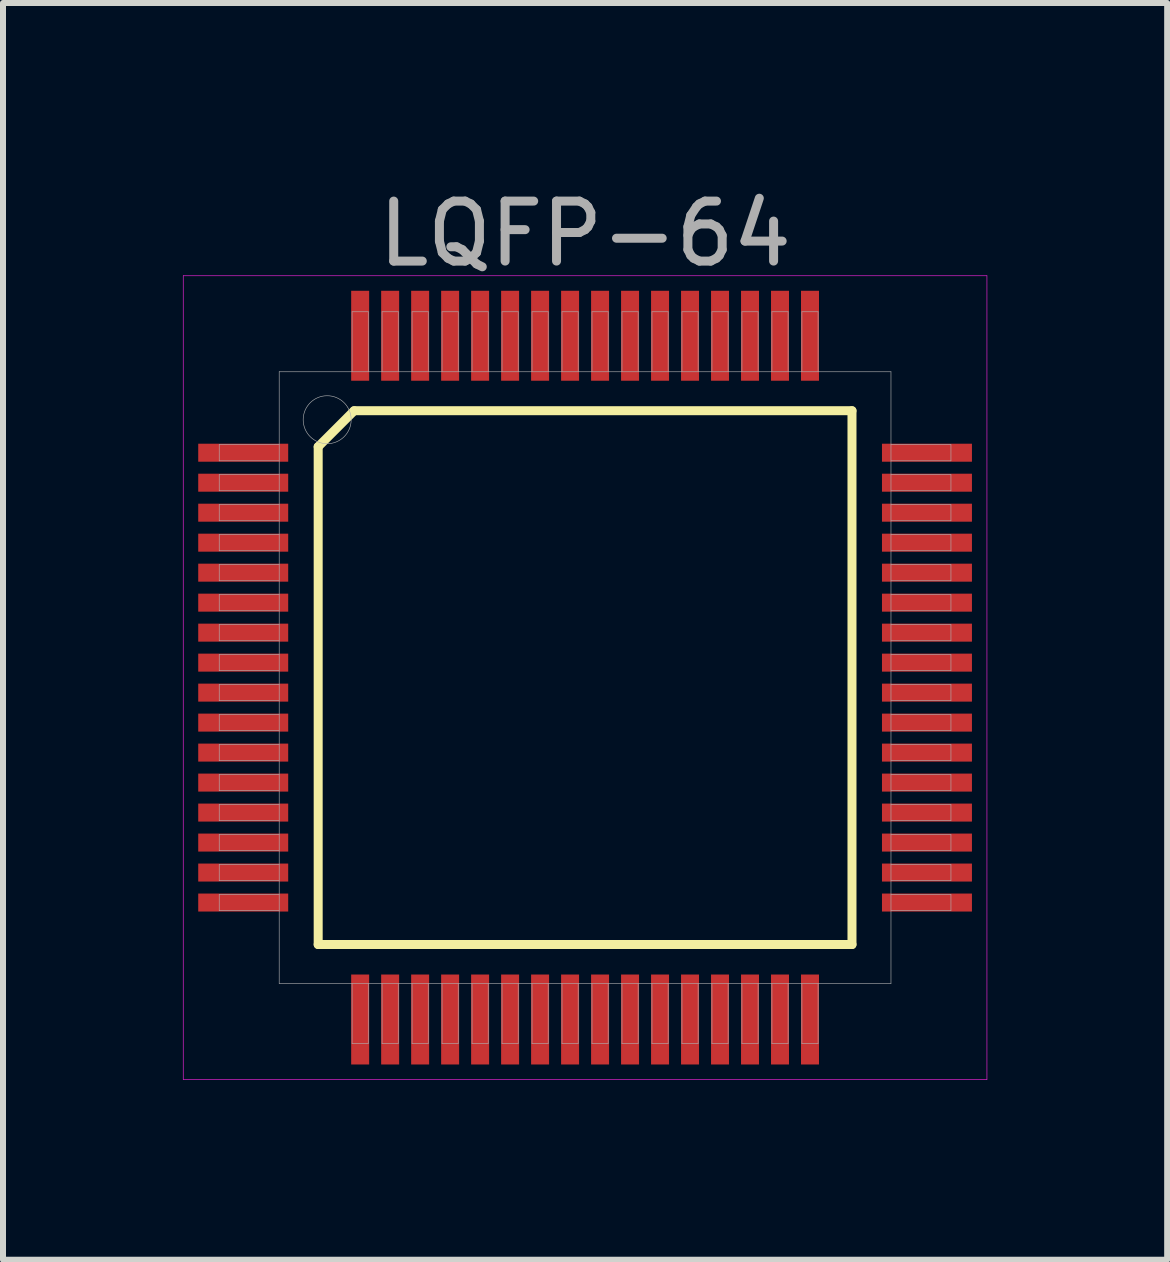
<source format=kicad_pcb>
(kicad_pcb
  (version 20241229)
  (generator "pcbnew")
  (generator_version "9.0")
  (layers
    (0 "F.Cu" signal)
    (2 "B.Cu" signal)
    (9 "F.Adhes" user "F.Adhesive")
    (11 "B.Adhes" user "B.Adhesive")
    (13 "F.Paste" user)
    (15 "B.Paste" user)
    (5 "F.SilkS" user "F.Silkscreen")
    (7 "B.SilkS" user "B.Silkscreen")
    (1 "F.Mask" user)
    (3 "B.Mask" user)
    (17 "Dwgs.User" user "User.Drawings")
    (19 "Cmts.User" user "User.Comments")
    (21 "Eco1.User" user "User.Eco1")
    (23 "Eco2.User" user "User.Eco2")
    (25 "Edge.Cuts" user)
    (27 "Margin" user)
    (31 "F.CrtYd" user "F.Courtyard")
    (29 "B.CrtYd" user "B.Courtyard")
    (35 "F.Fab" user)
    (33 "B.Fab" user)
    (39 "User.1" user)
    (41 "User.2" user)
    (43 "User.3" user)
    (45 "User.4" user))
  (footprint "LQFP-64"
    (layer "F.Cu")
    (at 6.705 8.248)
    (property "Reference" "LQFP-64" (at 0 -7.4 0) (layer "F.Fab") (effects (font (size 1 1) (thickness 0.15))))
    (attr through_hole)
    (fp_line (start -4.45 -3.85) (end -3.85 -4.45) (stroke (width 0.15) (type solid)) (layer "F.SilkS"))
    (fp_line (start -4.45 4.45) (end -4.45 -3.85) (stroke (width 0.15) (type solid)) (layer "F.SilkS"))
    (fp_line (start -3.85 -4.45) (end 4.45 -4.45) (stroke (width 0.15) (type solid)) (layer "F.SilkS"))
    (fp_line (start 4.45 -4.45) (end 4.45 4.45) (stroke (width 0.15) (type solid)) (layer "F.SilkS"))
    (fp_line (start 4.45 4.45) (end -4.45 4.45) (stroke (width 0.15) (type solid)) (layer "F.SilkS"))
    (fp_line (start -6.7 -6.7) (end 6.7 -6.7) (stroke (width 0.01) (type solid)) (layer "F.CrtYd"))
    (fp_line (start -6.7 6.7) (end -6.7 -6.7) (stroke (width 0.01) (type solid)) (layer "F.CrtYd"))
    (fp_line (start 6.7 -6.7) (end 6.7 6.7) (stroke (width 0.01) (type solid)) (layer "F.CrtYd"))
    (fp_line (start 6.7 6.7) (end -6.7 6.7) (stroke (width 0.01) (type solid)) (layer "F.CrtYd"))
    (fp_line (start -6.1 -3.885) (end -5.1 -3.885) (stroke (width 0.01) (type solid)) (layer "F.Fab"))
    (fp_line (start -6.1 -3.615) (end -6.1 -3.885) (stroke (width 0.01) (type solid)) (layer "F.Fab"))
    (fp_line (start -6.1 -3.385) (end -5.1 -3.385) (stroke (width 0.01) (type solid)) (layer "F.Fab"))
    (fp_line (start -6.1 -3.115) (end -6.1 -3.385) (stroke (width 0.01) (type solid)) (layer "F.Fab"))
    (fp_line (start -6.1 -2.885) (end -5.1 -2.885) (stroke (width 0.01) (type solid)) (layer "F.Fab"))
    (fp_line (start -6.1 -2.615) (end -6.1 -2.885) (stroke (width 0.01) (type solid)) (layer "F.Fab"))
    (fp_line (start -6.1 -2.385) (end -5.1 -2.385) (stroke (width 0.01) (type solid)) (layer "F.Fab"))
    (fp_line (start -6.1 -2.115) (end -6.1 -2.385) (stroke (width 0.01) (type solid)) (layer "F.Fab"))
    (fp_line (start -6.1 -1.885) (end -5.1 -1.885) (stroke (width 0.01) (type solid)) (layer "F.Fab"))
    (fp_line (start -6.1 -1.615) (end -6.1 -1.885) (stroke (width 0.01) (type solid)) (layer "F.Fab"))
    (fp_line (start -6.1 -1.385) (end -5.1 -1.385) (stroke (width 0.01) (type solid)) (layer "F.Fab"))
    (fp_line (start -6.1 -1.115) (end -6.1 -1.385) (stroke (width 0.01) (type solid)) (layer "F.Fab"))
    (fp_line (start -6.1 -0.885) (end -5.1 -0.885) (stroke (width 0.01) (type solid)) (layer "F.Fab"))
    (fp_line (start -6.1 -0.615) (end -6.1 -0.885) (stroke (width 0.01) (type solid)) (layer "F.Fab"))
    (fp_line (start -6.1 -0.385) (end -5.1 -0.385) (stroke (width 0.01) (type solid)) (layer "F.Fab"))
    (fp_line (start -6.1 -0.115) (end -6.1 -0.385) (stroke (width 0.01) (type solid)) (layer "F.Fab"))
    (fp_line (start -6.1 0.115) (end -5.1 0.115) (stroke (width 0.01) (type solid)) (layer "F.Fab"))
    (fp_line (start -6.1 0.385) (end -6.1 0.115) (stroke (width 0.01) (type solid)) (layer "F.Fab"))
    (fp_line (start -6.1 0.615) (end -5.1 0.615) (stroke (width 0.01) (type solid)) (layer "F.Fab"))
    (fp_line (start -6.1 0.885) (end -6.1 0.615) (stroke (width 0.01) (type solid)) (layer "F.Fab"))
    (fp_line (start -6.1 1.115) (end -5.1 1.115) (stroke (width 0.01) (type solid)) (layer "F.Fab"))
    (fp_line (start -6.1 1.385) (end -6.1 1.115) (stroke (width 0.01) (type solid)) (layer "F.Fab"))
    (fp_line (start -6.1 1.615) (end -5.1 1.615) (stroke (width 0.01) (type solid)) (layer "F.Fab"))
    (fp_line (start -6.1 1.885) (end -6.1 1.615) (stroke (width 0.01) (type solid)) (layer "F.Fab"))
    (fp_line (start -6.1 2.115) (end -5.1 2.115) (stroke (width 0.01) (type solid)) (layer "F.Fab"))
    (fp_line (start -6.1 2.385) (end -6.1 2.115) (stroke (width 0.01) (type solid)) (layer "F.Fab"))
    (fp_line (start -6.1 2.615) (end -5.1 2.615) (stroke (width 0.01) (type solid)) (layer "F.Fab"))
    (fp_line (start -6.1 2.885) (end -6.1 2.615) (stroke (width 0.01) (type solid)) (layer "F.Fab"))
    (fp_line (start -6.1 3.115) (end -5.1 3.115) (stroke (width 0.01) (type solid)) (layer "F.Fab"))
    (fp_line (start -6.1 3.385) (end -6.1 3.115) (stroke (width 0.01) (type solid)) (layer "F.Fab"))
    (fp_line (start -6.1 3.615) (end -5.1 3.615) (stroke (width 0.01) (type solid)) (layer "F.Fab"))
    (fp_line (start -6.1 3.885) (end -6.1 3.615) (stroke (width 0.01) (type solid)) (layer "F.Fab"))
    (fp_line (start -5.1 -5.1) (end 5.1 -5.1) (stroke (width 0.01) (type solid)) (layer "F.Fab"))
    (fp_line (start -5.1 -3.615) (end -6.1 -3.615) (stroke (width 0.01) (type solid)) (layer "F.Fab"))
    (fp_line (start -5.1 -3.115) (end -6.1 -3.115) (stroke (width 0.01) (type solid)) (layer "F.Fab"))
    (fp_line (start -5.1 -2.615) (end -6.1 -2.615) (stroke (width 0.01) (type solid)) (layer "F.Fab"))
    (fp_line (start -5.1 -2.115) (end -6.1 -2.115) (stroke (width 0.01) (type solid)) (layer "F.Fab"))
    (fp_line (start -5.1 -1.615) (end -6.1 -1.615) (stroke (width 0.01) (type solid)) (layer "F.Fab"))
    (fp_line (start -5.1 -1.115) (end -6.1 -1.115) (stroke (width 0.01) (type solid)) (layer "F.Fab"))
    (fp_line (start -5.1 -0.615) (end -6.1 -0.615) (stroke (width 0.01) (type solid)) (layer "F.Fab"))
    (fp_line (start -5.1 -0.115) (end -6.1 -0.115) (stroke (width 0.01) (type solid)) (layer "F.Fab"))
    (fp_line (start -5.1 0.385) (end -6.1 0.385) (stroke (width 0.01) (type solid)) (layer "F.Fab"))
    (fp_line (start -5.1 0.885) (end -6.1 0.885) (stroke (width 0.01) (type solid)) (layer "F.Fab"))
    (fp_line (start -5.1 1.385) (end -6.1 1.385) (stroke (width 0.01) (type solid)) (layer "F.Fab"))
    (fp_line (start -5.1 1.885) (end -6.1 1.885) (stroke (width 0.01) (type solid)) (layer "F.Fab"))
    (fp_line (start -5.1 2.385) (end -6.1 2.385) (stroke (width 0.01) (type solid)) (layer "F.Fab"))
    (fp_line (start -5.1 2.885) (end -6.1 2.885) (stroke (width 0.01) (type solid)) (layer "F.Fab"))
    (fp_line (start -5.1 3.385) (end -6.1 3.385) (stroke (width 0.01) (type solid)) (layer "F.Fab"))
    (fp_line (start -5.1 3.885) (end -6.1 3.885) (stroke (width 0.01) (type solid)) (layer "F.Fab"))
    (fp_line (start -5.1 5.1) (end -5.1 -5.1) (stroke (width 0.01) (type solid)) (layer "F.Fab"))
    (fp_line (start -3.885 -6.1) (end -3.615 -6.1) (stroke (width 0.01) (type solid)) (layer "F.Fab"))
    (fp_line (start -3.885 -5.1) (end -3.885 -6.1) (stroke (width 0.01) (type solid)) (layer "F.Fab"))
    (fp_line (start -3.885 6.1) (end -3.885 5.1) (stroke (width 0.01) (type solid)) (layer "F.Fab"))
    (fp_line (start -3.615 -6.1) (end -3.615 -5.1) (stroke (width 0.01) (type solid)) (layer "F.Fab"))
    (fp_line (start -3.615 5.1) (end -3.615 6.1) (stroke (width 0.01) (type solid)) (layer "F.Fab"))
    (fp_line (start -3.615 6.1) (end -3.885 6.1) (stroke (width 0.01) (type solid)) (layer "F.Fab"))
    (fp_line (start -3.385 -6.1) (end -3.115 -6.1) (stroke (width 0.01) (type solid)) (layer "F.Fab"))
    (fp_line (start -3.385 -5.1) (end -3.385 -6.1) (stroke (width 0.01) (type solid)) (layer "F.Fab"))
    (fp_line (start -3.385 6.1) (end -3.385 5.1) (stroke (width 0.01) (type solid)) (layer "F.Fab"))
    (fp_line (start -3.115 -6.1) (end -3.115 -5.1) (stroke (width 0.01) (type solid)) (layer "F.Fab"))
    (fp_line (start -3.115 5.1) (end -3.115 6.1) (stroke (width 0.01) (type solid)) (layer "F.Fab"))
    (fp_line (start -3.115 6.1) (end -3.385 6.1) (stroke (width 0.01) (type solid)) (layer "F.Fab"))
    (fp_line (start -2.885 -6.1) (end -2.615 -6.1) (stroke (width 0.01) (type solid)) (layer "F.Fab"))
    (fp_line (start -2.885 -5.1) (end -2.885 -6.1) (stroke (width 0.01) (type solid)) (layer "F.Fab"))
    (fp_line (start -2.885 6.1) (end -2.885 5.1) (stroke (width 0.01) (type solid)) (layer "F.Fab"))
    (fp_line (start -2.615 -6.1) (end -2.615 -5.1) (stroke (width 0.01) (type solid)) (layer "F.Fab"))
    (fp_line (start -2.615 5.1) (end -2.615 6.1) (stroke (width 0.01) (type solid)) (layer "F.Fab"))
    (fp_line (start -2.615 6.1) (end -2.885 6.1) (stroke (width 0.01) (type solid)) (layer "F.Fab"))
    (fp_line (start -2.385 -6.1) (end -2.115 -6.1) (stroke (width 0.01) (type solid)) (layer "F.Fab"))
    (fp_line (start -2.385 -5.1) (end -2.385 -6.1) (stroke (width 0.01) (type solid)) (layer "F.Fab"))
    (fp_line (start -2.385 6.1) (end -2.385 5.1) (stroke (width 0.01) (type solid)) (layer "F.Fab"))
    (fp_line (start -2.115 -6.1) (end -2.115 -5.1) (stroke (width 0.01) (type solid)) (layer "F.Fab"))
    (fp_line (start -2.115 5.1) (end -2.115 6.1) (stroke (width 0.01) (type solid)) (layer "F.Fab"))
    (fp_line (start -2.115 6.1) (end -2.385 6.1) (stroke (width 0.01) (type solid)) (layer "F.Fab"))
    (fp_line (start -1.885 -6.1) (end -1.615 -6.1) (stroke (width 0.01) (type solid)) (layer "F.Fab"))
    (fp_line (start -1.885 -5.1) (end -1.885 -6.1) (stroke (width 0.01) (type solid)) (layer "F.Fab"))
    (fp_line (start -1.885 6.1) (end -1.885 5.1) (stroke (width 0.01) (type solid)) (layer "F.Fab"))
    (fp_line (start -1.615 -6.1) (end -1.615 -5.1) (stroke (width 0.01) (type solid)) (layer "F.Fab"))
    (fp_line (start -1.615 5.1) (end -1.615 6.1) (stroke (width 0.01) (type solid)) (layer "F.Fab"))
    (fp_line (start -1.615 6.1) (end -1.885 6.1) (stroke (width 0.01) (type solid)) (layer "F.Fab"))
    (fp_line (start -1.385 -6.1) (end -1.115 -6.1) (stroke (width 0.01) (type solid)) (layer "F.Fab"))
    (fp_line (start -1.385 -5.1) (end -1.385 -6.1) (stroke (width 0.01) (type solid)) (layer "F.Fab"))
    (fp_line (start -1.385 6.1) (end -1.385 5.1) (stroke (width 0.01) (type solid)) (layer "F.Fab"))
    (fp_line (start -1.115 -6.1) (end -1.115 -5.1) (stroke (width 0.01) (type solid)) (layer "F.Fab"))
    (fp_line (start -1.115 5.1) (end -1.115 6.1) (stroke (width 0.01) (type solid)) (layer "F.Fab"))
    (fp_line (start -1.115 6.1) (end -1.385 6.1) (stroke (width 0.01) (type solid)) (layer "F.Fab"))
    (fp_line (start -0.885 -6.1) (end -0.615 -6.1) (stroke (width 0.01) (type solid)) (layer "F.Fab"))
    (fp_line (start -0.885 -5.1) (end -0.885 -6.1) (stroke (width 0.01) (type solid)) (layer "F.Fab"))
    (fp_line (start -0.885 6.1) (end -0.885 5.1) (stroke (width 0.01) (type solid)) (layer "F.Fab"))
    (fp_line (start -0.615 -6.1) (end -0.615 -5.1) (stroke (width 0.01) (type solid)) (layer "F.Fab"))
    (fp_line (start -0.615 5.1) (end -0.615 6.1) (stroke (width 0.01) (type solid)) (layer "F.Fab"))
    (fp_line (start -0.615 6.1) (end -0.885 6.1) (stroke (width 0.01) (type solid)) (layer "F.Fab"))
    (fp_line (start -0.385 -6.1) (end -0.115 -6.1) (stroke (width 0.01) (type solid)) (layer "F.Fab"))
    (fp_line (start -0.385 -5.1) (end -0.385 -6.1) (stroke (width 0.01) (type solid)) (layer "F.Fab"))
    (fp_line (start -0.385 6.1) (end -0.385 5.1) (stroke (width 0.01) (type solid)) (layer "F.Fab"))
    (fp_line (start -0.115 -6.1) (end -0.115 -5.1) (stroke (width 0.01) (type solid)) (layer "F.Fab"))
    (fp_line (start -0.115 5.1) (end -0.115 6.1) (stroke (width 0.01) (type solid)) (layer "F.Fab"))
    (fp_line (start -0.115 6.1) (end -0.385 6.1) (stroke (width 0.01) (type solid)) (layer "F.Fab"))
    (fp_line (start 0.115 -6.1) (end 0.385 -6.1) (stroke (width 0.01) (type solid)) (layer "F.Fab"))
    (fp_line (start 0.115 -5.1) (end 0.115 -6.1) (stroke (width 0.01) (type solid)) (layer "F.Fab"))
    (fp_line (start 0.115 6.1) (end 0.115 5.1) (stroke (width 0.01) (type solid)) (layer "F.Fab"))
    (fp_line (start 0.385 -6.1) (end 0.385 -5.1) (stroke (width 0.01) (type solid)) (layer "F.Fab"))
    (fp_line (start 0.385 5.1) (end 0.385 6.1) (stroke (width 0.01) (type solid)) (layer "F.Fab"))
    (fp_line (start 0.385 6.1) (end 0.115 6.1) (stroke (width 0.01) (type solid)) (layer "F.Fab"))
    (fp_line (start 0.615 -6.1) (end 0.885 -6.1) (stroke (width 0.01) (type solid)) (layer "F.Fab"))
    (fp_line (start 0.615 -5.1) (end 0.615 -6.1) (stroke (width 0.01) (type solid)) (layer "F.Fab"))
    (fp_line (start 0.615 6.1) (end 0.615 5.1) (stroke (width 0.01) (type solid)) (layer "F.Fab"))
    (fp_line (start 0.885 -6.1) (end 0.885 -5.1) (stroke (width 0.01) (type solid)) (layer "F.Fab"))
    (fp_line (start 0.885 5.1) (end 0.885 6.1) (stroke (width 0.01) (type solid)) (layer "F.Fab"))
    (fp_line (start 0.885 6.1) (end 0.615 6.1) (stroke (width 0.01) (type solid)) (layer "F.Fab"))
    (fp_line (start 1.115 -6.1) (end 1.385 -6.1) (stroke (width 0.01) (type solid)) (layer "F.Fab"))
    (fp_line (start 1.115 -5.1) (end 1.115 -6.1) (stroke (width 0.01) (type solid)) (layer "F.Fab"))
    (fp_line (start 1.115 6.1) (end 1.115 5.1) (stroke (width 0.01) (type solid)) (layer "F.Fab"))
    (fp_line (start 1.385 -6.1) (end 1.385 -5.1) (stroke (width 0.01) (type solid)) (layer "F.Fab"))
    (fp_line (start 1.385 5.1) (end 1.385 6.1) (stroke (width 0.01) (type solid)) (layer "F.Fab"))
    (fp_line (start 1.385 6.1) (end 1.115 6.1) (stroke (width 0.01) (type solid)) (layer "F.Fab"))
    (fp_line (start 1.615 -6.1) (end 1.885 -6.1) (stroke (width 0.01) (type solid)) (layer "F.Fab"))
    (fp_line (start 1.615 -5.1) (end 1.615 -6.1) (stroke (width 0.01) (type solid)) (layer "F.Fab"))
    (fp_line (start 1.615 6.1) (end 1.615 5.1) (stroke (width 0.01) (type solid)) (layer "F.Fab"))
    (fp_line (start 1.885 -6.1) (end 1.885 -5.1) (stroke (width 0.01) (type solid)) (layer "F.Fab"))
    (fp_line (start 1.885 5.1) (end 1.885 6.1) (stroke (width 0.01) (type solid)) (layer "F.Fab"))
    (fp_line (start 1.885 6.1) (end 1.615 6.1) (stroke (width 0.01) (type solid)) (layer "F.Fab"))
    (fp_line (start 2.115 -6.1) (end 2.385 -6.1) (stroke (width 0.01) (type solid)) (layer "F.Fab"))
    (fp_line (start 2.115 -5.1) (end 2.115 -6.1) (stroke (width 0.01) (type solid)) (layer "F.Fab"))
    (fp_line (start 2.115 6.1) (end 2.115 5.1) (stroke (width 0.01) (type solid)) (layer "F.Fab"))
    (fp_line (start 2.385 -6.1) (end 2.385 -5.1) (stroke (width 0.01) (type solid)) (layer "F.Fab"))
    (fp_line (start 2.385 5.1) (end 2.385 6.1) (stroke (width 0.01) (type solid)) (layer "F.Fab"))
    (fp_line (start 2.385 6.1) (end 2.115 6.1) (stroke (width 0.01) (type solid)) (layer "F.Fab"))
    (fp_line (start 2.615 -6.1) (end 2.885 -6.1) (stroke (width 0.01) (type solid)) (layer "F.Fab"))
    (fp_line (start 2.615 -5.1) (end 2.615 -6.1) (stroke (width 0.01) (type solid)) (layer "F.Fab"))
    (fp_line (start 2.615 6.1) (end 2.615 5.1) (stroke (width 0.01) (type solid)) (layer "F.Fab"))
    (fp_line (start 2.885 -6.1) (end 2.885 -5.1) (stroke (width 0.01) (type solid)) (layer "F.Fab"))
    (fp_line (start 2.885 5.1) (end 2.885 6.1) (stroke (width 0.01) (type solid)) (layer "F.Fab"))
    (fp_line (start 2.885 6.1) (end 2.615 6.1) (stroke (width 0.01) (type solid)) (layer "F.Fab"))
    (fp_line (start 3.115 -6.1) (end 3.385 -6.1) (stroke (width 0.01) (type solid)) (layer "F.Fab"))
    (fp_line (start 3.115 -5.1) (end 3.115 -6.1) (stroke (width 0.01) (type solid)) (layer "F.Fab"))
    (fp_line (start 3.115 6.1) (end 3.115 5.1) (stroke (width 0.01) (type solid)) (layer "F.Fab"))
    (fp_line (start 3.385 -6.1) (end 3.385 -5.1) (stroke (width 0.01) (type solid)) (layer "F.Fab"))
    (fp_line (start 3.385 5.1) (end 3.385 6.1) (stroke (width 0.01) (type solid)) (layer "F.Fab"))
    (fp_line (start 3.385 6.1) (end 3.115 6.1) (stroke (width 0.01) (type solid)) (layer "F.Fab"))
    (fp_line (start 3.615 -6.1) (end 3.885 -6.1) (stroke (width 0.01) (type solid)) (layer "F.Fab"))
    (fp_line (start 3.615 -5.1) (end 3.615 -6.1) (stroke (width 0.01) (type solid)) (layer "F.Fab"))
    (fp_line (start 3.615 6.1) (end 3.615 5.1) (stroke (width 0.01) (type solid)) (layer "F.Fab"))
    (fp_line (start 3.885 -6.1) (end 3.885 -5.1) (stroke (width 0.01) (type solid)) (layer "F.Fab"))
    (fp_line (start 3.885 5.1) (end 3.885 6.1) (stroke (width 0.01) (type solid)) (layer "F.Fab"))
    (fp_line (start 3.885 6.1) (end 3.615 6.1) (stroke (width 0.01) (type solid)) (layer "F.Fab"))
    (fp_line (start 5.1 -5.1) (end 5.1 5.1) (stroke (width 0.01) (type solid)) (layer "F.Fab"))
    (fp_line (start 5.1 -3.885) (end 6.1 -3.885) (stroke (width 0.01) (type solid)) (layer "F.Fab"))
    (fp_line (start 5.1 -3.385) (end 6.1 -3.385) (stroke (width 0.01) (type solid)) (layer "F.Fab"))
    (fp_line (start 5.1 -2.885) (end 6.1 -2.885) (stroke (width 0.01) (type solid)) (layer "F.Fab"))
    (fp_line (start 5.1 -2.385) (end 6.1 -2.385) (stroke (width 0.01) (type solid)) (layer "F.Fab"))
    (fp_line (start 5.1 -1.885) (end 6.1 -1.885) (stroke (width 0.01) (type solid)) (layer "F.Fab"))
    (fp_line (start 5.1 -1.385) (end 6.1 -1.385) (stroke (width 0.01) (type solid)) (layer "F.Fab"))
    (fp_line (start 5.1 -0.885) (end 6.1 -0.885) (stroke (width 0.01) (type solid)) (layer "F.Fab"))
    (fp_line (start 5.1 -0.385) (end 6.1 -0.385) (stroke (width 0.01) (type solid)) (layer "F.Fab"))
    (fp_line (start 5.1 0.115) (end 6.1 0.115) (stroke (width 0.01) (type solid)) (layer "F.Fab"))
    (fp_line (start 5.1 0.615) (end 6.1 0.615) (stroke (width 0.01) (type solid)) (layer "F.Fab"))
    (fp_line (start 5.1 1.115) (end 6.1 1.115) (stroke (width 0.01) (type solid)) (layer "F.Fab"))
    (fp_line (start 5.1 1.615) (end 6.1 1.615) (stroke (width 0.01) (type solid)) (layer "F.Fab"))
    (fp_line (start 5.1 2.115) (end 6.1 2.115) (stroke (width 0.01) (type solid)) (layer "F.Fab"))
    (fp_line (start 5.1 2.615) (end 6.1 2.615) (stroke (width 0.01) (type solid)) (layer "F.Fab"))
    (fp_line (start 5.1 3.115) (end 6.1 3.115) (stroke (width 0.01) (type solid)) (layer "F.Fab"))
    (fp_line (start 5.1 3.615) (end 6.1 3.615) (stroke (width 0.01) (type solid)) (layer "F.Fab"))
    (fp_line (start 5.1 5.1) (end -5.1 5.1) (stroke (width 0.01) (type solid)) (layer "F.Fab"))
    (fp_line (start 6.1 -3.885) (end 6.1 -3.615) (stroke (width 0.01) (type solid)) (layer "F.Fab"))
    (fp_line (start 6.1 -3.615) (end 5.1 -3.615) (stroke (width 0.01) (type solid)) (layer "F.Fab"))
    (fp_line (start 6.1 -3.385) (end 6.1 -3.115) (stroke (width 0.01) (type solid)) (layer "F.Fab"))
    (fp_line (start 6.1 -3.115) (end 5.1 -3.115) (stroke (width 0.01) (type solid)) (layer "F.Fab"))
    (fp_line (start 6.1 -2.885) (end 6.1 -2.615) (stroke (width 0.01) (type solid)) (layer "F.Fab"))
    (fp_line (start 6.1 -2.615) (end 5.1 -2.615) (stroke (width 0.01) (type solid)) (layer "F.Fab"))
    (fp_line (start 6.1 -2.385) (end 6.1 -2.115) (stroke (width 0.01) (type solid)) (layer "F.Fab"))
    (fp_line (start 6.1 -2.115) (end 5.1 -2.115) (stroke (width 0.01) (type solid)) (layer "F.Fab"))
    (fp_line (start 6.1 -1.885) (end 6.1 -1.615) (stroke (width 0.01) (type solid)) (layer "F.Fab"))
    (fp_line (start 6.1 -1.615) (end 5.1 -1.615) (stroke (width 0.01) (type solid)) (layer "F.Fab"))
    (fp_line (start 6.1 -1.385) (end 6.1 -1.115) (stroke (width 0.01) (type solid)) (layer "F.Fab"))
    (fp_line (start 6.1 -1.115) (end 5.1 -1.115) (stroke (width 0.01) (type solid)) (layer "F.Fab"))
    (fp_line (start 6.1 -0.885) (end 6.1 -0.615) (stroke (width 0.01) (type solid)) (layer "F.Fab"))
    (fp_line (start 6.1 -0.615) (end 5.1 -0.615) (stroke (width 0.01) (type solid)) (layer "F.Fab"))
    (fp_line (start 6.1 -0.385) (end 6.1 -0.115) (stroke (width 0.01) (type solid)) (layer "F.Fab"))
    (fp_line (start 6.1 -0.115) (end 5.1 -0.115) (stroke (width 0.01) (type solid)) (layer "F.Fab"))
    (fp_line (start 6.1 0.115) (end 6.1 0.385) (stroke (width 0.01) (type solid)) (layer "F.Fab"))
    (fp_line (start 6.1 0.385) (end 5.1 0.385) (stroke (width 0.01) (type solid)) (layer "F.Fab"))
    (fp_line (start 6.1 0.615) (end 6.1 0.885) (stroke (width 0.01) (type solid)) (layer "F.Fab"))
    (fp_line (start 6.1 0.885) (end 5.1 0.885) (stroke (width 0.01) (type solid)) (layer "F.Fab"))
    (fp_line (start 6.1 1.115) (end 6.1 1.385) (stroke (width 0.01) (type solid)) (layer "F.Fab"))
    (fp_line (start 6.1 1.385) (end 5.1 1.385) (stroke (width 0.01) (type solid)) (layer "F.Fab"))
    (fp_line (start 6.1 1.615) (end 6.1 1.885) (stroke (width 0.01) (type solid)) (layer "F.Fab"))
    (fp_line (start 6.1 1.885) (end 5.1 1.885) (stroke (width 0.01) (type solid)) (layer "F.Fab"))
    (fp_line (start 6.1 2.115) (end 6.1 2.385) (stroke (width 0.01) (type solid)) (layer "F.Fab"))
    (fp_line (start 6.1 2.385) (end 5.1 2.385) (stroke (width 0.01) (type solid)) (layer "F.Fab"))
    (fp_line (start 6.1 2.615) (end 6.1 2.885) (stroke (width 0.01) (type solid)) (layer "F.Fab"))
    (fp_line (start 6.1 2.885) (end 5.1 2.885) (stroke (width 0.01) (type solid)) (layer "F.Fab"))
    (fp_line (start 6.1 3.115) (end 6.1 3.385) (stroke (width 0.01) (type solid)) (layer "F.Fab"))
    (fp_line (start 6.1 3.385) (end 5.1 3.385) (stroke (width 0.01) (type solid)) (layer "F.Fab"))
    (fp_line (start 6.1 3.615) (end 6.1 3.885) (stroke (width 0.01) (type solid)) (layer "F.Fab"))
    (fp_line (start 6.1 3.885) (end 5.1 3.885) (stroke (width 0.01) (type solid)) (layer "F.Fab"))
    (fp_circle (center -4.3 -4.3) (end -4.3 -3.9) (stroke (width 0.01) (type solid)) (fill no) (layer "F.Fab"))
    (pad "1" smd rect (at -5.7 -3.75) (size 1.5 0.3) (layers "F.Cu" "F.Mask" "F.Paste"))
    (pad "2" smd rect (at -5.7 -3.25) (size 1.5 0.3) (layers "F.Cu" "F.Mask" "F.Paste"))
    (pad "3" smd rect (at -5.7 -2.75) (size 1.5 0.3) (layers "F.Cu" "F.Mask" "F.Paste"))
    (pad "4" smd rect (at -5.7 -2.25) (size 1.5 0.3) (layers "F.Cu" "F.Mask" "F.Paste"))
    (pad "5" smd rect (at -5.7 -1.75) (size 1.5 0.3) (layers "F.Cu" "F.Mask" "F.Paste"))
    (pad "6" smd rect (at -5.7 -1.25) (size 1.5 0.3) (layers "F.Cu" "F.Mask" "F.Paste"))
    (pad "7" smd rect (at -5.7 -0.75) (size 1.5 0.3) (layers "F.Cu" "F.Mask" "F.Paste"))
    (pad "8" smd rect (at -5.7 -0.25) (size 1.5 0.3) (layers "F.Cu" "F.Mask" "F.Paste"))
    (pad "9" smd rect (at -5.7 0.25) (size 1.5 0.3) (layers "F.Cu" "F.Mask" "F.Paste"))
    (pad "10" smd rect (at -5.7 0.75) (size 1.5 0.3) (layers "F.Cu" "F.Mask" "F.Paste"))
    (pad "11" smd rect (at -5.7 1.25) (size 1.5 0.3) (layers "F.Cu" "F.Mask" "F.Paste"))
    (pad "12" smd rect (at -5.7 1.75) (size 1.5 0.3) (layers "F.Cu" "F.Mask" "F.Paste"))
    (pad "13" smd rect (at -5.7 2.25) (size 1.5 0.3) (layers "F.Cu" "F.Mask" "F.Paste"))
    (pad "14" smd rect (at -5.7 2.75) (size 1.5 0.3) (layers "F.Cu" "F.Mask" "F.Paste"))
    (pad "15" smd rect (at -5.7 3.25) (size 1.5 0.3) (layers "F.Cu" "F.Mask" "F.Paste"))
    (pad "16" smd rect (at -5.7 3.75) (size 1.5 0.3) (layers "F.Cu" "F.Mask" "F.Paste"))
    (pad "17" smd rect (at -3.75 5.7) (size 0.3 1.5) (layers "F.Cu" "F.Mask" "F.Paste"))
    (pad "18" smd rect (at -3.25 5.7) (size 0.3 1.5) (layers "F.Cu" "F.Mask" "F.Paste"))
    (pad "19" smd rect (at -2.75 5.7) (size 0.3 1.5) (layers "F.Cu" "F.Mask" "F.Paste"))
    (pad "20" smd rect (at -2.25 5.7) (size 0.3 1.5) (layers "F.Cu" "F.Mask" "F.Paste"))
    (pad "21" smd rect (at -1.75 5.7) (size 0.3 1.5) (layers "F.Cu" "F.Mask" "F.Paste"))
    (pad "22" smd rect (at -1.25 5.7) (size 0.3 1.5) (layers "F.Cu" "F.Mask" "F.Paste"))
    (pad "23" smd rect (at -0.75 5.7) (size 0.3 1.5) (layers "F.Cu" "F.Mask" "F.Paste"))
    (pad "24" smd rect (at -0.25 5.7) (size 0.3 1.5) (layers "F.Cu" "F.Mask" "F.Paste"))
    (pad "25" smd rect (at 0.25 5.7) (size 0.3 1.5) (layers "F.Cu" "F.Mask" "F.Paste"))
    (pad "26" smd rect (at 0.75 5.7) (size 0.3 1.5) (layers "F.Cu" "F.Mask" "F.Paste"))
    (pad "27" smd rect (at 1.25 5.7) (size 0.3 1.5) (layers "F.Cu" "F.Mask" "F.Paste"))
    (pad "28" smd rect (at 1.75 5.7) (size 0.3 1.5) (layers "F.Cu" "F.Mask" "F.Paste"))
    (pad "29" smd rect (at 2.25 5.7) (size 0.3 1.5) (layers "F.Cu" "F.Mask" "F.Paste"))
    (pad "30" smd rect (at 2.75 5.7) (size 0.3 1.5) (layers "F.Cu" "F.Mask" "F.Paste"))
    (pad "31" smd rect (at 3.25 5.7) (size 0.3 1.5) (layers "F.Cu" "F.Mask" "F.Paste"))
    (pad "32" smd rect (at 3.75 5.7) (size 0.3 1.5) (layers "F.Cu" "F.Mask" "F.Paste"))
    (pad "33" smd rect (at 5.7 3.75) (size 1.5 0.3) (layers "F.Cu" "F.Mask" "F.Paste"))
    (pad "34" smd rect (at 5.7 3.25) (size 1.5 0.3) (layers "F.Cu" "F.Mask" "F.Paste"))
    (pad "35" smd rect (at 5.7 2.75) (size 1.5 0.3) (layers "F.Cu" "F.Mask" "F.Paste"))
    (pad "36" smd rect (at 5.7 2.25) (size 1.5 0.3) (layers "F.Cu" "F.Mask" "F.Paste"))
    (pad "37" smd rect (at 5.7 1.75) (size 1.5 0.3) (layers "F.Cu" "F.Mask" "F.Paste"))
    (pad "38" smd rect (at 5.7 1.25) (size 1.5 0.3) (layers "F.Cu" "F.Mask" "F.Paste"))
    (pad "39" smd rect (at 5.7 0.75) (size 1.5 0.3) (layers "F.Cu" "F.Mask" "F.Paste"))
    (pad "40" smd rect (at 5.7 0.25) (size 1.5 0.3) (layers "F.Cu" "F.Mask" "F.Paste"))
    (pad "41" smd rect (at 5.7 -0.25) (size 1.5 0.3) (layers "F.Cu" "F.Mask" "F.Paste"))
    (pad "42" smd rect (at 5.7 -0.75) (size 1.5 0.3) (layers "F.Cu" "F.Mask" "F.Paste"))
    (pad "43" smd rect (at 5.7 -1.25) (size 1.5 0.3) (layers "F.Cu" "F.Mask" "F.Paste"))
    (pad "44" smd rect (at 5.7 -1.75) (size 1.5 0.3) (layers "F.Cu" "F.Mask" "F.Paste"))
    (pad "45" smd rect (at 5.7 -2.25) (size 1.5 0.3) (layers "F.Cu" "F.Mask" "F.Paste"))
    (pad "46" smd rect (at 5.7 -2.75) (size 1.5 0.3) (layers "F.Cu" "F.Mask" "F.Paste"))
    (pad "47" smd rect (at 5.7 -3.25) (size 1.5 0.3) (layers "F.Cu" "F.Mask" "F.Paste"))
    (pad "48" smd rect (at 5.7 -3.75) (size 1.5 0.3) (layers "F.Cu" "F.Mask" "F.Paste"))
    (pad "49" smd rect (at 3.75 -5.7) (size 0.3 1.5) (layers "F.Cu" "F.Mask" "F.Paste"))
    (pad "50" smd rect (at 3.25 -5.7) (size 0.3 1.5) (layers "F.Cu" "F.Mask" "F.Paste"))
    (pad "51" smd rect (at 2.75 -5.7) (size 0.3 1.5) (layers "F.Cu" "F.Mask" "F.Paste"))
    (pad "52" smd rect (at 2.25 -5.7) (size 0.3 1.5) (layers "F.Cu" "F.Mask" "F.Paste"))
    (pad "53" smd rect (at 1.75 -5.7) (size 0.3 1.5) (layers "F.Cu" "F.Mask" "F.Paste"))
    (pad "54" smd rect (at 1.25 -5.7) (size 0.3 1.5) (layers "F.Cu" "F.Mask" "F.Paste"))
    (pad "55" smd rect (at 0.75 -5.7) (size 0.3 1.5) (layers "F.Cu" "F.Mask" "F.Paste"))
    (pad "56" smd rect (at 0.25 -5.7) (size 0.3 1.5) (layers "F.Cu" "F.Mask" "F.Paste"))
    (pad "57" smd rect (at -0.25 -5.7) (size 0.3 1.5) (layers "F.Cu" "F.Mask" "F.Paste"))
    (pad "58" smd rect (at -0.75 -5.7) (size 0.3 1.5) (layers "F.Cu" "F.Mask" "F.Paste"))
    (pad "59" smd rect (at -1.25 -5.7) (size 0.3 1.5) (layers "F.Cu" "F.Mask" "F.Paste"))
    (pad "60" smd rect (at -1.75 -5.7) (size 0.3 1.5) (layers "F.Cu" "F.Mask" "F.Paste"))
    (pad "61" smd rect (at -2.25 -5.7) (size 0.3 1.5) (layers "F.Cu" "F.Mask" "F.Paste"))
    (pad "62" smd rect (at -2.75 -5.7) (size 0.3 1.5) (layers "F.Cu" "F.Mask" "F.Paste"))
    (pad "63" smd rect (at -3.25 -5.7) (size 0.3 1.5) (layers "F.Cu" "F.Mask" "F.Paste"))
    (pad "64" smd rect (at -3.75 -5.7) (size 0.3 1.5) (layers "F.Cu" "F.Mask" "F.Paste")))
  (gr_rect
    (start -3 -3)
    (end 16.41 17.953)
    (stroke (width 0.1) (type default))
    (fill no)
    (layer "Edge.Cuts")))
</source>
